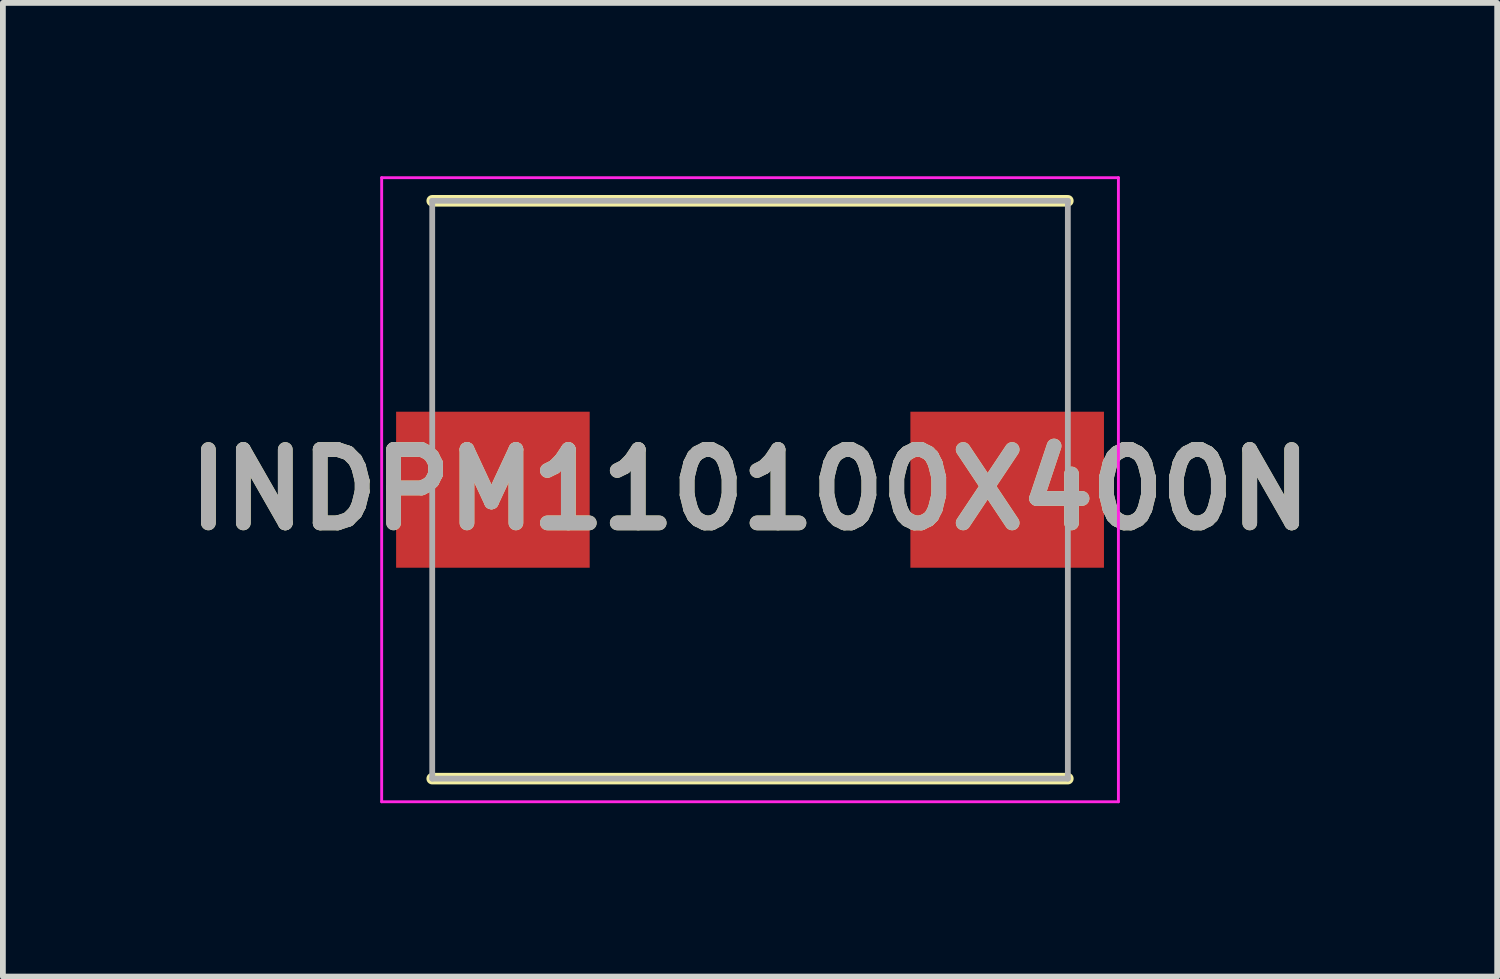
<source format=kicad_pcb>
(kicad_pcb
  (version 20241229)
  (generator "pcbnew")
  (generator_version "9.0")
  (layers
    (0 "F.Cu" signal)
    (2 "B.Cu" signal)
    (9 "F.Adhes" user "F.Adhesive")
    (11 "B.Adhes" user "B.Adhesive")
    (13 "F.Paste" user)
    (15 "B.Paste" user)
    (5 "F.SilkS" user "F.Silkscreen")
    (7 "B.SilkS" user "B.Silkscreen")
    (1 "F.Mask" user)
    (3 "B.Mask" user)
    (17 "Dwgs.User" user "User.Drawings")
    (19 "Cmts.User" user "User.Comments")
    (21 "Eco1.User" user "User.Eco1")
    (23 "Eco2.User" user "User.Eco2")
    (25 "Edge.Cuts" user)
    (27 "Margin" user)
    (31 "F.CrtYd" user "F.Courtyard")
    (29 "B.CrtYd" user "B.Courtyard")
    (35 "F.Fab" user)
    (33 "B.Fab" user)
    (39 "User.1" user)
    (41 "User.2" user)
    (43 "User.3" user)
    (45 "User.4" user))
  (footprint "INDPM110100X400N"
    (layer "F.Cu")
    (at 9.93 5.425)
    (property "Reference" "INDPM110100X400N" (at 0 0 0) (layer "F.SilkS") (effects (font (size 1.27 1.27) (thickness 0.254))))
    (attr smd)
    (fp_line (start -5.5 5) (end 5.5 5) (stroke (width 0.2) (type solid)) (layer "F.SilkS"))
    (fp_line (start 5.5 -5) (end -5.5 -5) (stroke (width 0.2) (type solid)) (layer "F.SilkS"))
    (fp_line (start -6.375 -5.4) (end 6.375 -5.4) (stroke (width 0.05) (type solid)) (layer "F.CrtYd"))
    (fp_line (start -6.375 5.4) (end -6.375 -5.4) (stroke (width 0.05) (type solid)) (layer "F.CrtYd"))
    (fp_line (start 6.375 -5.4) (end 6.375 5.4) (stroke (width 0.05) (type solid)) (layer "F.CrtYd"))
    (fp_line (start 6.375 5.4) (end -6.375 5.4) (stroke (width 0.05) (type solid)) (layer "F.CrtYd"))
    (fp_line (start -5.5 -5) (end 5.5 -5) (stroke (width 0.1) (type solid)) (layer "F.Fab"))
    (fp_line (start -5.5 5) (end -5.5 -5) (stroke (width 0.1) (type solid)) (layer "F.Fab"))
    (fp_line (start 5.5 -5) (end 5.5 5) (stroke (width 0.1) (type solid)) (layer "F.Fab"))
    (fp_line (start 5.5 5) (end -5.5 5) (stroke (width 0.1) (type solid)) (layer "F.Fab"))
    (fp_text user "${REFERENCE}" (at 0 0 0) (layer "F.Fab") (effects (font (size 1.27 1.27) (thickness 0.254))))
    (pad "1" smd rect (at -4.45 0 90) (size 2.7 3.35) (layers "F.Cu" "F.Mask" "F.Paste"))
    (pad "2" smd rect (at 4.45 0 90) (size 2.7 3.35) (layers "F.Cu" "F.Mask" "F.Paste")))
  (gr_rect
    (start -3 -3)
    (end 22.86 13.85)
    (stroke (width 0.1) (type default))
    (fill no)
    (layer "Edge.Cuts")))
</source>
